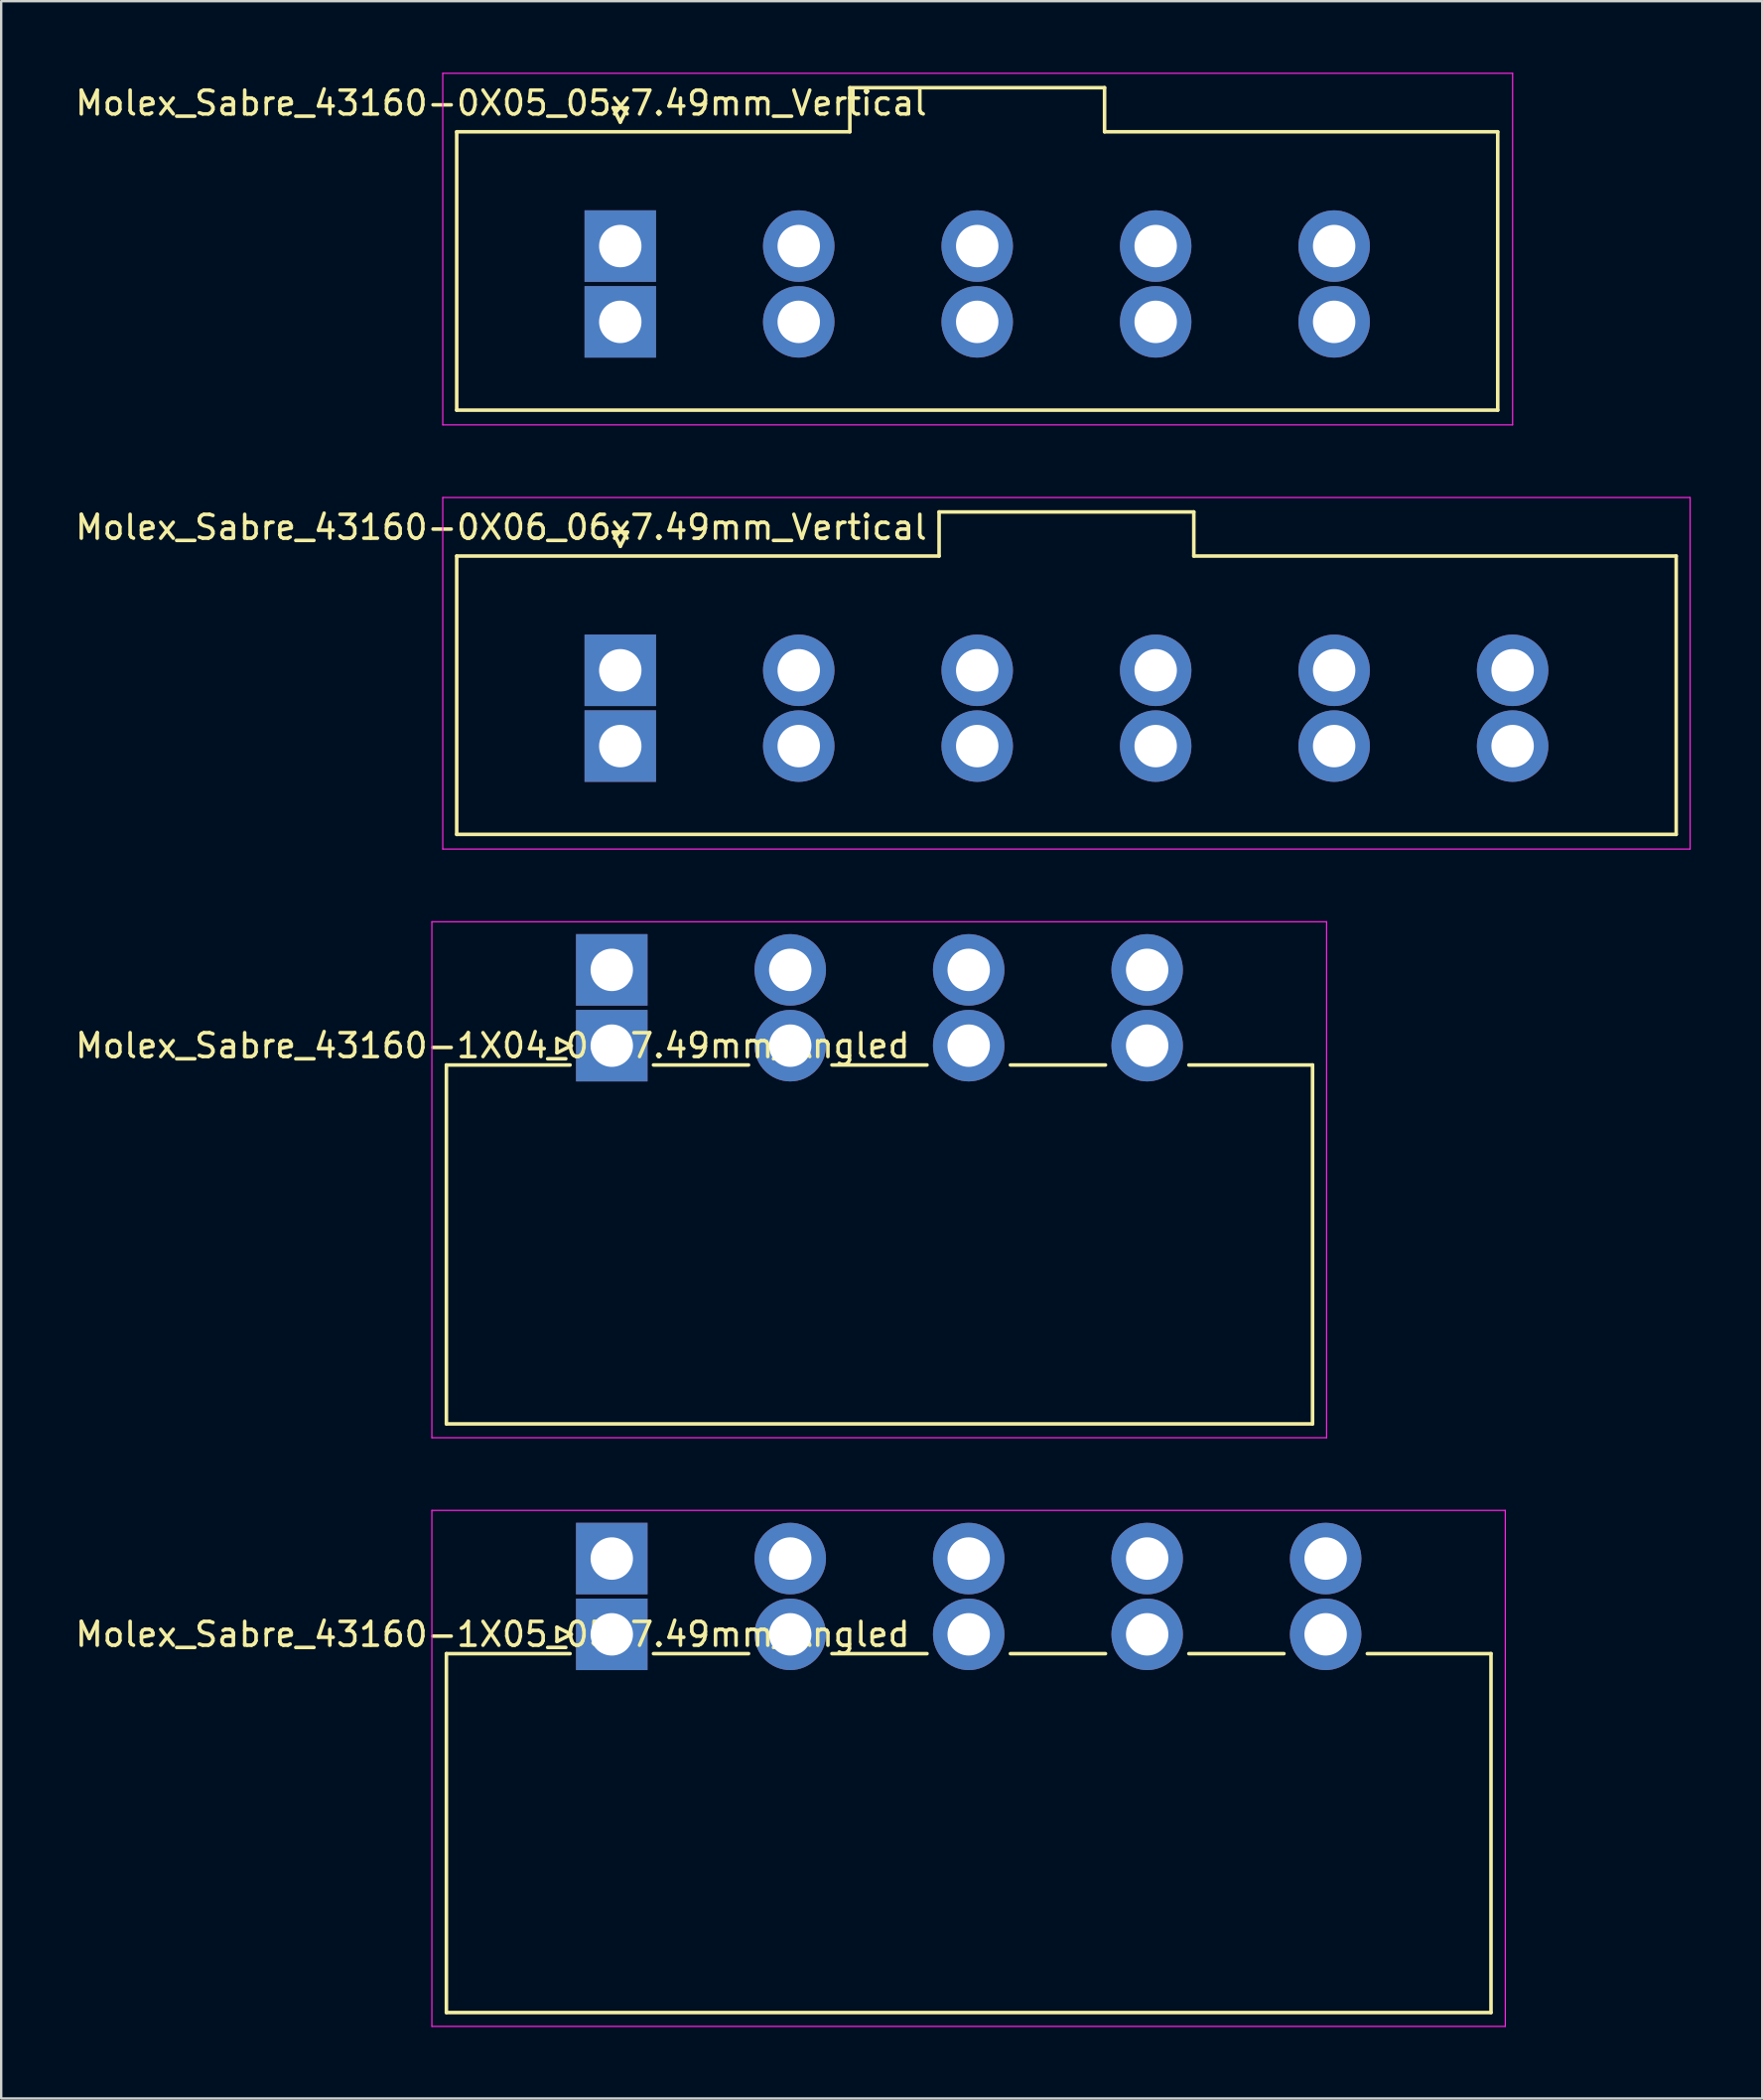
<source format=kicad_pcb>
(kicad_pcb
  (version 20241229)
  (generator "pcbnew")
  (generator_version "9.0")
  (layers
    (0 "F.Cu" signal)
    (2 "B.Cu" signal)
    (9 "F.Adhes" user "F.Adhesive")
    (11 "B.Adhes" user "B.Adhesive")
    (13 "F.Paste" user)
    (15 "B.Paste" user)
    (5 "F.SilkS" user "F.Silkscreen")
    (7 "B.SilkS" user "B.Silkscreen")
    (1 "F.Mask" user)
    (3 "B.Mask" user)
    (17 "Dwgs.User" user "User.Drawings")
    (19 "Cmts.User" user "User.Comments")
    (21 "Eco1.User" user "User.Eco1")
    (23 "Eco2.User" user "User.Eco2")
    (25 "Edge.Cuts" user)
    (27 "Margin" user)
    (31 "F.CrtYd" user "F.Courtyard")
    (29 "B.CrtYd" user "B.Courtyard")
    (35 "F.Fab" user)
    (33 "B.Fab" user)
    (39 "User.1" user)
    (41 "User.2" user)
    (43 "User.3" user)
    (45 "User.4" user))
  (footprint "Molex_Sabre_43160-0X06_06x7.49mm_Vertical"
    (layer "F.Cu")
    (at 22.982 25.075)
    (property "Reference" "Molex_Sabre_43160-0X06_06x7.49mm_Vertical" (at -5 -6 0) (layer "F.SilkS") (effects (font (size 1 1) (thickness 0.15))))
    (attr through_hole)
    (fp_line (start -6.865 -4.795) (end 13.38 -4.795) (stroke (width 0.15) (type solid)) (layer "F.SilkS"))
    (fp_line (start -6.865 6.885) (end -6.865 -4.795) (stroke (width 0.15) (type solid)) (layer "F.SilkS"))
    (fp_line (start -0.3 -5.8) (end 0 -5.2) (stroke (width 0.15) (type solid)) (layer "F.SilkS"))
    (fp_line (start 0 -5.2) (end 0.3 -5.8) (stroke (width 0.15) (type solid)) (layer "F.SilkS"))
    (fp_line (start 0.3 -5.8) (end -0.3 -5.8) (stroke (width 0.15) (type solid)) (layer "F.SilkS"))
    (fp_line (start 13.38 -6.645) (end 24.07 -6.645) (stroke (width 0.15) (type solid)) (layer "F.SilkS"))
    (fp_line (start 13.38 -4.795) (end 13.38 -6.645) (stroke (width 0.15) (type solid)) (layer "F.SilkS"))
    (fp_line (start 24.07 -6.645) (end 24.07 -4.795) (stroke (width 0.15) (type solid)) (layer "F.SilkS"))
    (fp_line (start 24.07 -4.795) (end 44.315 -4.795) (stroke (width 0.15) (type solid)) (layer "F.SilkS"))
    (fp_line (start 44.315 -4.795) (end 44.315 6.885) (stroke (width 0.15) (type solid)) (layer "F.SilkS"))
    (fp_line (start 44.315 6.885) (end -6.865 6.885) (stroke (width 0.15) (type solid)) (layer "F.SilkS"))
    (fp_line (start -7.45 -7.25) (end -7.45 7.5) (stroke (width 0.05) (type solid)) (layer "F.CrtYd"))
    (fp_line (start -7.45 7.5) (end 44.9 7.5) (stroke (width 0.05) (type solid)) (layer "F.CrtYd"))
    (fp_line (start 44.9 -7.25) (end -7.45 -7.25) (stroke (width 0.05) (type solid)) (layer "F.CrtYd"))
    (fp_line (start 44.9 7.5) (end 44.9 -7.25) (stroke (width 0.05) (type solid)) (layer "F.CrtYd"))
    (pad "1" thru_hole rect (at 0 0) (size 3 3) (drill 1.78) (layers "*.Cu" "*.Mask"))
    (pad "1" thru_hole rect (at 0 3.18) (size 3 3) (drill 1.78) (layers "*.Cu" "*.Mask"))
    (pad "2" thru_hole circle (at 7.49 0) (size 3 3) (drill 1.78) (layers "*.Cu" "*.Mask"))
    (pad "2" thru_hole circle (at 7.49 3.18) (size 3 3) (drill 1.78) (layers "*.Cu" "*.Mask"))
    (pad "3" thru_hole circle (at 14.98 0) (size 3 3) (drill 1.78) (layers "*.Cu" "*.Mask"))
    (pad "3" thru_hole circle (at 14.98 3.18) (size 3 3) (drill 1.78) (layers "*.Cu" "*.Mask"))
    (pad "4" thru_hole circle (at 22.47 0) (size 3 3) (drill 1.78) (layers "*.Cu" "*.Mask"))
    (pad "4" thru_hole circle (at 22.47 3.18) (size 3 3) (drill 1.78) (layers "*.Cu" "*.Mask"))
    (pad "5" thru_hole circle (at 29.96 0) (size 3 3) (drill 1.78) (layers "*.Cu" "*.Mask"))
    (pad "5" thru_hole circle (at 29.96 3.18) (size 3 3) (drill 1.78) (layers "*.Cu" "*.Mask"))
    (pad "6" thru_hole circle (at 37.45 0) (size 3 3) (drill 1.78) (layers "*.Cu" "*.Mask"))
    (pad "6" thru_hole circle (at 37.45 3.18) (size 3 3) (drill 1.78) (layers "*.Cu" "*.Mask")))
  (footprint "Molex_Sabre_43160-1X04_04x7.49mm_Angled"
    (layer "F.Cu")
    (at 22.625 40.825)
    (property "Reference" "Molex_Sabre_43160-1X04_04x7.49mm_Angled" (at -5 0 0) (layer "F.SilkS") (effects (font (size 1 1) (thickness 0.15))))
    (attr through_hole)
    (fp_line (start -6.94 0.81) (end -6.94 15.87) (stroke (width 0.15) (type solid)) (layer "F.SilkS"))
    (fp_line (start -6.94 0.81) (end -1.75 0.81) (stroke (width 0.15) (type solid)) (layer "F.SilkS"))
    (fp_line (start -6.94 15.87) (end 29.41 15.87) (stroke (width 0.15) (type solid)) (layer "F.SilkS"))
    (fp_line (start -2.3 -0.3) (end -1.7 0) (stroke (width 0.15) (type solid)) (layer "F.SilkS"))
    (fp_line (start -2.3 0.3) (end -2.3 -0.3) (stroke (width 0.15) (type solid)) (layer "F.SilkS"))
    (fp_line (start -1.7 0) (end -2.3 0.3) (stroke (width 0.15) (type solid)) (layer "F.SilkS"))
    (fp_line (start 1.75 0.81) (end 5.74 0.81) (stroke (width 0.15) (type solid)) (layer "F.SilkS"))
    (fp_line (start 9.24 0.81) (end 13.23 0.81) (stroke (width 0.15) (type solid)) (layer "F.SilkS"))
    (fp_line (start 16.73 0.81) (end 20.72 0.81) (stroke (width 0.15) (type solid)) (layer "F.SilkS"))
    (fp_line (start 24.22 0.81) (end 29.41 0.81) (stroke (width 0.15) (type solid)) (layer "F.SilkS"))
    (fp_line (start 29.41 15.87) (end 29.41 0.81) (stroke (width 0.15) (type solid)) (layer "F.SilkS"))
    (fp_line (start -7.55 -5.2) (end -7.55 16.45) (stroke (width 0.05) (type solid)) (layer "F.CrtYd"))
    (fp_line (start -7.55 16.45) (end 30 16.45) (stroke (width 0.05) (type solid)) (layer "F.CrtYd"))
    (fp_line (start 30 -5.2) (end -7.55 -5.2) (stroke (width 0.05) (type solid)) (layer "F.CrtYd"))
    (fp_line (start 30 16.45) (end 30 -5.2) (stroke (width 0.05) (type solid)) (layer "F.CrtYd"))
    (pad "1" thru_hole rect (at 0 -3.18) (size 3 3) (drill 1.78) (layers "*.Cu" "*.Mask"))
    (pad "1" thru_hole rect (at 0 0) (size 3 3) (drill 1.78) (layers "*.Cu" "*.Mask"))
    (pad "2" thru_hole circle (at 7.49 -3.18) (size 3 3) (drill 1.78) (layers "*.Cu" "*.Mask"))
    (pad "2" thru_hole circle (at 7.49 0) (size 3 3) (drill 1.78) (layers "*.Cu" "*.Mask"))
    (pad "3" thru_hole circle (at 14.98 -3.18) (size 3 3) (drill 1.78) (layers "*.Cu" "*.Mask"))
    (pad "3" thru_hole circle (at 14.98 0) (size 3 3) (drill 1.78) (layers "*.Cu" "*.Mask"))
    (pad "4" thru_hole circle (at 22.47 -3.18) (size 3 3) (drill 1.78) (layers "*.Cu" "*.Mask"))
    (pad "4" thru_hole circle (at 22.47 0) (size 3 3) (drill 1.78) (layers "*.Cu" "*.Mask")))
  (footprint "Molex_Sabre_43160-0X05_05x7.49mm_Vertical"
    (layer "F.Cu")
    (at 22.982 7.275)
    (property "Reference" "Molex_Sabre_43160-0X05_05x7.49mm_Vertical" (at -5 -6 0) (layer "F.SilkS") (effects (font (size 1 1) (thickness 0.15))))
    (attr through_hole)
    (fp_line (start -6.865 -4.795) (end 9.635 -4.795) (stroke (width 0.15) (type solid)) (layer "F.SilkS"))
    (fp_line (start -6.865 6.885) (end -6.865 -4.795) (stroke (width 0.15) (type solid)) (layer "F.SilkS"))
    (fp_line (start -0.3 -5.8) (end 0 -5.2) (stroke (width 0.15) (type solid)) (layer "F.SilkS"))
    (fp_line (start 0 -5.2) (end 0.3 -5.8) (stroke (width 0.15) (type solid)) (layer "F.SilkS"))
    (fp_line (start 0.3 -5.8) (end -0.3 -5.8) (stroke (width 0.15) (type solid)) (layer "F.SilkS"))
    (fp_line (start 9.635 -6.645) (end 20.325 -6.645) (stroke (width 0.15) (type solid)) (layer "F.SilkS"))
    (fp_line (start 9.635 -4.795) (end 9.635 -6.645) (stroke (width 0.15) (type solid)) (layer "F.SilkS"))
    (fp_line (start 20.325 -6.645) (end 20.325 -4.795) (stroke (width 0.15) (type solid)) (layer "F.SilkS"))
    (fp_line (start 20.325 -4.795) (end 36.825 -4.795) (stroke (width 0.15) (type solid)) (layer "F.SilkS"))
    (fp_line (start 36.825 -4.795) (end 36.825 6.885) (stroke (width 0.15) (type solid)) (layer "F.SilkS"))
    (fp_line (start 36.825 6.885) (end -6.865 6.885) (stroke (width 0.15) (type solid)) (layer "F.SilkS"))
    (fp_line (start -7.45 -7.25) (end -7.45 7.5) (stroke (width 0.05) (type solid)) (layer "F.CrtYd"))
    (fp_line (start -7.45 7.5) (end 37.45 7.5) (stroke (width 0.05) (type solid)) (layer "F.CrtYd"))
    (fp_line (start 37.45 -7.25) (end -7.45 -7.25) (stroke (width 0.05) (type solid)) (layer "F.CrtYd"))
    (fp_line (start 37.45 7.5) (end 37.45 -7.25) (stroke (width 0.05) (type solid)) (layer "F.CrtYd"))
    (pad "1" thru_hole rect (at 0 0) (size 3 3) (drill 1.78) (layers "*.Cu" "*.Mask"))
    (pad "1" thru_hole rect (at 0 3.18) (size 3 3) (drill 1.78) (layers "*.Cu" "*.Mask"))
    (pad "2" thru_hole circle (at 7.49 0) (size 3 3) (drill 1.78) (layers "*.Cu" "*.Mask"))
    (pad "2" thru_hole circle (at 7.49 3.18) (size 3 3) (drill 1.78) (layers "*.Cu" "*.Mask"))
    (pad "3" thru_hole circle (at 14.98 0) (size 3 3) (drill 1.78) (layers "*.Cu" "*.Mask"))
    (pad "3" thru_hole circle (at 14.98 3.18) (size 3 3) (drill 1.78) (layers "*.Cu" "*.Mask"))
    (pad "4" thru_hole circle (at 22.47 0) (size 3 3) (drill 1.78) (layers "*.Cu" "*.Mask"))
    (pad "4" thru_hole circle (at 22.47 3.18) (size 3 3) (drill 1.78) (layers "*.Cu" "*.Mask"))
    (pad "5" thru_hole circle (at 29.96 0) (size 3 3) (drill 1.78) (layers "*.Cu" "*.Mask"))
    (pad "5" thru_hole circle (at 29.96 3.18) (size 3 3) (drill 1.78) (layers "*.Cu" "*.Mask")))
  (footprint "Molex_Sabre_43160-1X05_05x7.49mm_Angled"
    (layer "F.Cu")
    (at 22.625 65.525)
    (property "Reference" "Molex_Sabre_43160-1X05_05x7.49mm_Angled" (at -5 0 0) (layer "F.SilkS") (effects (font (size 1 1) (thickness 0.15))))
    (attr through_hole)
    (fp_line (start -6.94 0.81) (end -6.94 15.87) (stroke (width 0.15) (type solid)) (layer "F.SilkS"))
    (fp_line (start -6.94 0.81) (end -1.75 0.81) (stroke (width 0.15) (type solid)) (layer "F.SilkS"))
    (fp_line (start -6.94 15.87) (end 36.9 15.87) (stroke (width 0.15) (type solid)) (layer "F.SilkS"))
    (fp_line (start -2.3 -0.3) (end -1.7 0) (stroke (width 0.15) (type solid)) (layer "F.SilkS"))
    (fp_line (start -2.3 0.3) (end -2.3 -0.3) (stroke (width 0.15) (type solid)) (layer "F.SilkS"))
    (fp_line (start -1.7 0) (end -2.3 0.3) (stroke (width 0.15) (type solid)) (layer "F.SilkS"))
    (fp_line (start 1.75 0.81) (end 5.74 0.81) (stroke (width 0.15) (type solid)) (layer "F.SilkS"))
    (fp_line (start 9.24 0.81) (end 13.23 0.81) (stroke (width 0.15) (type solid)) (layer "F.SilkS"))
    (fp_line (start 16.73 0.81) (end 20.72 0.81) (stroke (width 0.15) (type solid)) (layer "F.SilkS"))
    (fp_line (start 24.22 0.81) (end 28.21 0.81) (stroke (width 0.15) (type solid)) (layer "F.SilkS"))
    (fp_line (start 31.71 0.81) (end 36.9 0.81) (stroke (width 0.15) (type solid)) (layer "F.SilkS"))
    (fp_line (start 36.9 15.87) (end 36.9 0.81) (stroke (width 0.15) (type solid)) (layer "F.SilkS"))
    (fp_line (start -7.55 -5.2) (end -7.55 16.45) (stroke (width 0.05) (type solid)) (layer "F.CrtYd"))
    (fp_line (start -7.55 16.45) (end 37.5 16.45) (stroke (width 0.05) (type solid)) (layer "F.CrtYd"))
    (fp_line (start 37.5 -5.2) (end -7.55 -5.2) (stroke (width 0.05) (type solid)) (layer "F.CrtYd"))
    (fp_line (start 37.5 16.45) (end 37.5 -5.2) (stroke (width 0.05) (type solid)) (layer "F.CrtYd"))
    (pad "1" thru_hole rect (at 0 -3.18) (size 3 3) (drill 1.78) (layers "*.Cu" "*.Mask"))
    (pad "1" thru_hole rect (at 0 0) (size 3 3) (drill 1.78) (layers "*.Cu" "*.Mask"))
    (pad "2" thru_hole circle (at 7.49 -3.18) (size 3 3) (drill 1.78) (layers "*.Cu" "*.Mask"))
    (pad "2" thru_hole circle (at 7.49 0) (size 3 3) (drill 1.78) (layers "*.Cu" "*.Mask"))
    (pad "3" thru_hole circle (at 14.98 -3.18) (size 3 3) (drill 1.78) (layers "*.Cu" "*.Mask"))
    (pad "3" thru_hole circle (at 14.98 0) (size 3 3) (drill 1.78) (layers "*.Cu" "*.Mask"))
    (pad "4" thru_hole circle (at 22.47 -3.18) (size 3 3) (drill 1.78) (layers "*.Cu" "*.Mask"))
    (pad "4" thru_hole circle (at 22.47 0) (size 3 3) (drill 1.78) (layers "*.Cu" "*.Mask"))
    (pad "5" thru_hole circle (at 29.96 -3.18) (size 3 3) (drill 1.78) (layers "*.Cu" "*.Mask"))
    (pad "5" thru_hole circle (at 29.96 0) (size 3 3) (drill 1.78) (layers "*.Cu" "*.Mask")))
  (gr_rect
    (start -3 -3)
    (end 70.907 85)
    (stroke (width 0.1) (type default))
    (fill no)
    (layer "Edge.Cuts")))
</source>
